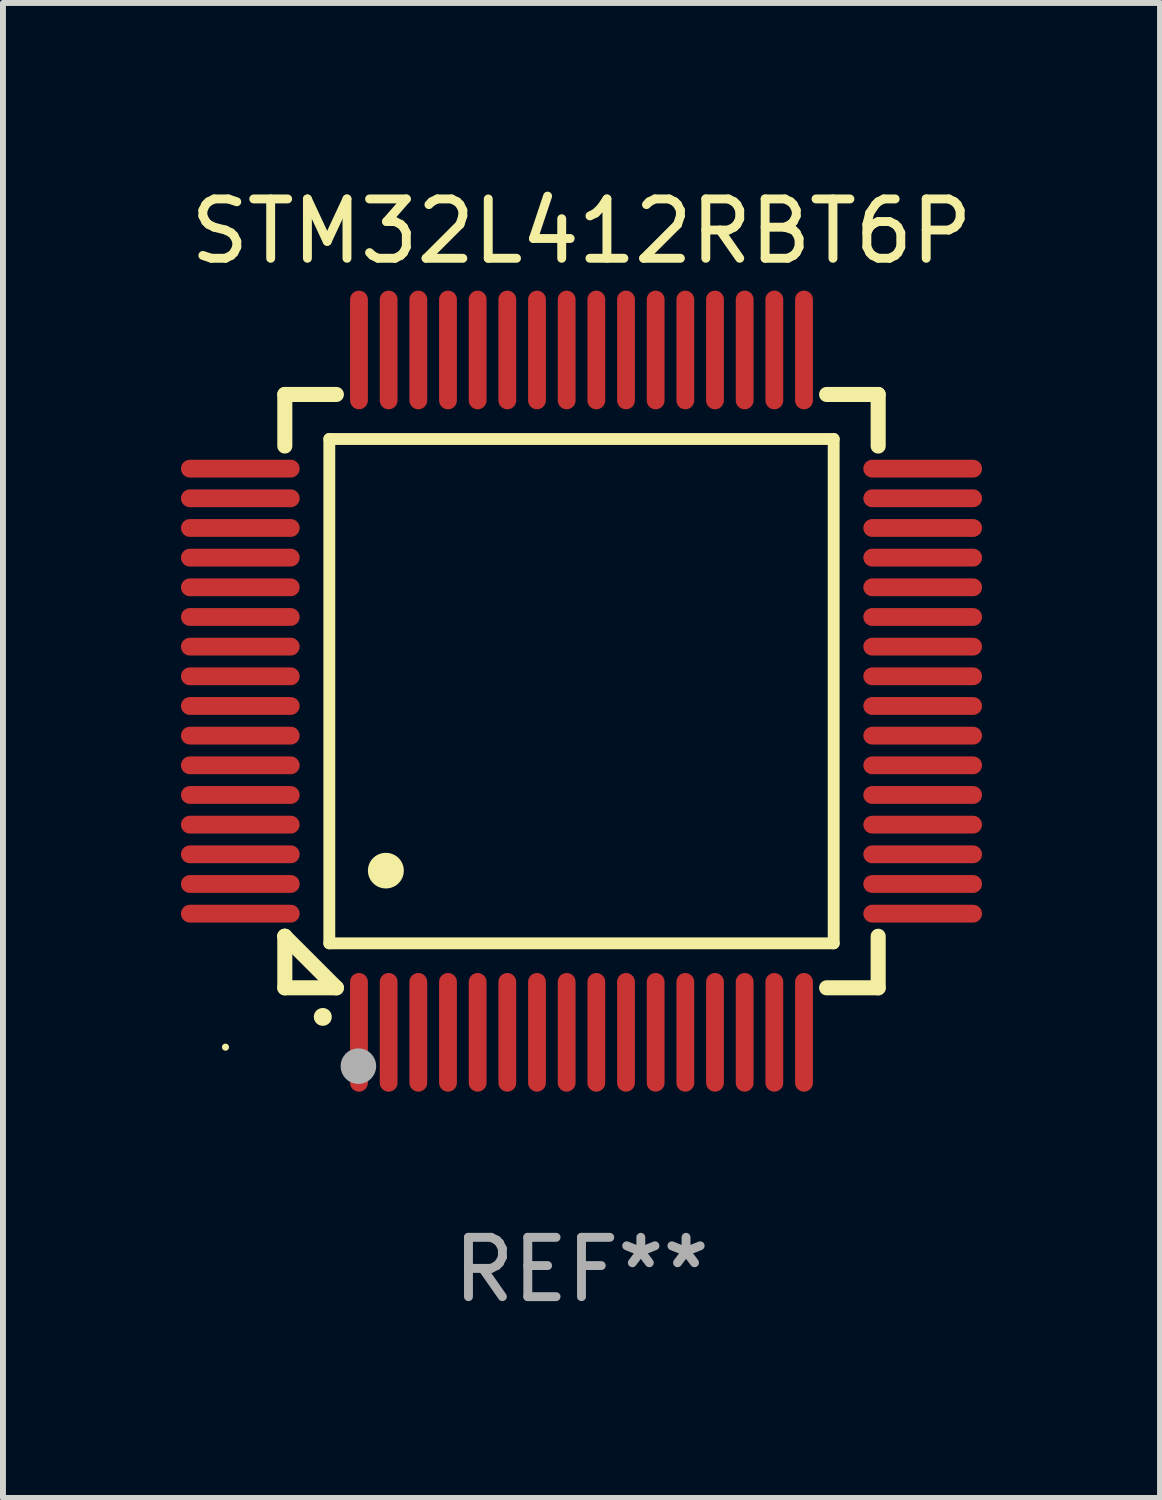
<source format=kicad_pcb>
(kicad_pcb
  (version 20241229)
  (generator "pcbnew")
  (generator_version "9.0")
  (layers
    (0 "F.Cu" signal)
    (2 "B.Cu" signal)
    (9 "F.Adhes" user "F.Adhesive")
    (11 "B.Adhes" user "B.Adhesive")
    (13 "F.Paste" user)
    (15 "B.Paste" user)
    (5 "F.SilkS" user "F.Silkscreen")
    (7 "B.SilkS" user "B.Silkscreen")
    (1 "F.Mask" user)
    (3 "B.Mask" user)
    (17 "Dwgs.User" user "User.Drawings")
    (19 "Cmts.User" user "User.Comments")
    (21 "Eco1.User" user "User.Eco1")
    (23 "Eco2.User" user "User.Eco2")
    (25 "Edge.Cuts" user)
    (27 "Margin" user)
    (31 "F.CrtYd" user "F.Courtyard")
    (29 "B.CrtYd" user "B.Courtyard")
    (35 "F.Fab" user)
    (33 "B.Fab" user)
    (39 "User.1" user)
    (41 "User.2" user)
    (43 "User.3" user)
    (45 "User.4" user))
  (footprint "STM32L412RBT6P"
    (layer "F.Cu")
    (at 6.75 8.598)
    (property "Reference" "STM32L412RBT6P" (at 0 -7.75 0) (layer "F.SilkS") (effects (font (size 1 1) (thickness 0.15))))
    (attr through_hole)
    (fp_line (start -5 -5) (end -4.131 -5) (stroke (width 0.254) (type solid)) (layer "F.SilkS"))
    (fp_line (start -5 -4.131) (end -5 -5) (stroke (width 0.254) (type solid)) (layer "F.SilkS"))
    (fp_line (start -5 4.131) (end -5 4.131) (stroke (width 0.254) (type solid)) (layer "F.SilkS"))
    (fp_line (start -5 5) (end -5 4.131) (stroke (width 0.254) (type solid)) (layer "F.SilkS"))
    (fp_line (start -5 4.131) (end -4.131 5) (stroke (width 0.254) (type solid)) (layer "F.SilkS"))
    (fp_line (start -4.25 -4.25) (end -4.25 4.25) (stroke (width 0.2) (type solid)) (layer "F.SilkS"))
    (fp_line (start -4.25 4.25) (end 4.25 4.25) (stroke (width 0.2) (type solid)) (layer "F.SilkS"))
    (fp_line (start -4.131 5) (end -5 5) (stroke (width 0.254) (type solid)) (layer "F.SilkS"))
    (fp_line (start 4.25 -4.25) (end -4.25 -4.25) (stroke (width 0.2) (type solid)) (layer "F.SilkS"))
    (fp_line (start 4.25 4.25) (end 4.25 -4.25) (stroke (width 0.2) (type solid)) (layer "F.SilkS"))
    (fp_line (start 5 -5) (end 4.131 -5) (stroke (width 0.254) (type solid)) (layer "F.SilkS"))
    (fp_line (start 5 -5) (end 5 -4.131) (stroke (width 0.254) (type solid)) (layer "F.SilkS"))
    (fp_line (start 5 4.131) (end 5 5) (stroke (width 0.254) (type solid)) (layer "F.SilkS"))
    (fp_line (start 5 5) (end 4.131 5) (stroke (width 0.254) (type solid)) (layer "F.SilkS"))
    (fp_arc (start -4.361265 5.489992) (mid -4.359995 5.489987) (end -4.358725 5.489992) (stroke (width 0.3) (type solid)) (layer "F.SilkS"))
    (fp_arc (start -3.299467 3.025146) (mid -3.296927 3.025135) (end -3.294387 3.025146) (stroke (width 0.6) (type solid)) (layer "F.SilkS"))
    (fp_circle (center -6 6) (end -5.97 6) (stroke (width 0.06) (type solid)) (fill no) (layer "F.SilkS"))
    (fp_circle (center -3.76 6.32) (end -3.61 6.32) (stroke (width 0.3) (type solid)) (fill no) (layer "F.Fab"))
    (fp_text user "REF**" (at 0 9.75 0) (layer "F.Fab") (effects (font (size 1 1) (thickness 0.15))))
    (pad "1" smd oval (at -3.75 5.75) (size 0.3 2) (layers "F.Cu" "F.Mask" "F.Paste"))
    (pad "2" smd oval (at -3.25 5.75) (size 0.3 2) (layers "F.Cu" "F.Mask" "F.Paste"))
    (pad "3" smd oval (at -2.75 5.75) (size 0.3 2) (layers "F.Cu" "F.Mask" "F.Paste"))
    (pad "4" smd oval (at -2.25 5.75) (size 0.3 2) (layers "F.Cu" "F.Mask" "F.Paste"))
    (pad "5" smd oval (at -1.75 5.75) (size 0.3 2) (layers "F.Cu" "F.Mask" "F.Paste"))
    (pad "6" smd oval (at -1.25 5.75) (size 0.3 2) (layers "F.Cu" "F.Mask" "F.Paste"))
    (pad "7" smd oval (at -0.75 5.75) (size 0.3 2) (layers "F.Cu" "F.Mask" "F.Paste"))
    (pad "8" smd oval (at -0.25 5.75) (size 0.3 2) (layers "F.Cu" "F.Mask" "F.Paste"))
    (pad "9" smd oval (at 0.25 5.75) (size 0.3 2) (layers "F.Cu" "F.Mask" "F.Paste"))
    (pad "10" smd oval (at 0.75 5.75) (size 0.3 2) (layers "F.Cu" "F.Mask" "F.Paste"))
    (pad "11" smd oval (at 1.25 5.75) (size 0.3 2) (layers "F.Cu" "F.Mask" "F.Paste"))
    (pad "12" smd oval (at 1.75 5.75) (size 0.3 2) (layers "F.Cu" "F.Mask" "F.Paste"))
    (pad "13" smd oval (at 2.25 5.75) (size 0.3 2) (layers "F.Cu" "F.Mask" "F.Paste"))
    (pad "14" smd oval (at 2.75 5.75) (size 0.3 2) (layers "F.Cu" "F.Mask" "F.Paste"))
    (pad "15" smd oval (at 3.25 5.75) (size 0.3 2) (layers "F.Cu" "F.Mask" "F.Paste"))
    (pad "16" smd oval (at 3.75 5.75) (size 0.3 2) (layers "F.Cu" "F.Mask" "F.Paste"))
    (pad "17" smd oval (at 5.75 3.75) (size 2 0.3) (layers "F.Cu" "F.Mask" "F.Paste"))
    (pad "18" smd oval (at 5.75 3.25) (size 2 0.3) (layers "F.Cu" "F.Mask" "F.Paste"))
    (pad "19" smd oval (at 5.75 2.75) (size 2 0.3) (layers "F.Cu" "F.Mask" "F.Paste"))
    (pad "20" smd oval (at 5.75 2.25) (size 2 0.3) (layers "F.Cu" "F.Mask" "F.Paste"))
    (pad "21" smd oval (at 5.75 1.75) (size 2 0.3) (layers "F.Cu" "F.Mask" "F.Paste"))
    (pad "22" smd oval (at 5.75 1.25) (size 2 0.3) (layers "F.Cu" "F.Mask" "F.Paste"))
    (pad "23" smd oval (at 5.75 0.75) (size 2 0.3) (layers "F.Cu" "F.Mask" "F.Paste"))
    (pad "24" smd oval (at 5.75 0.25) (size 2 0.3) (layers "F.Cu" "F.Mask" "F.Paste"))
    (pad "25" smd oval (at 5.75 -0.25) (size 2 0.3) (layers "F.Cu" "F.Mask" "F.Paste"))
    (pad "26" smd oval (at 5.75 -0.75) (size 2 0.3) (layers "F.Cu" "F.Mask" "F.Paste"))
    (pad "27" smd oval (at 5.75 -1.25) (size 2 0.3) (layers "F.Cu" "F.Mask" "F.Paste"))
    (pad "28" smd oval (at 5.75 -1.75) (size 2 0.3) (layers "F.Cu" "F.Mask" "F.Paste"))
    (pad "29" smd oval (at 5.75 -2.25) (size 2 0.3) (layers "F.Cu" "F.Mask" "F.Paste"))
    (pad "30" smd oval (at 5.75 -2.75) (size 2 0.3) (layers "F.Cu" "F.Mask" "F.Paste"))
    (pad "31" smd oval (at 5.75 -3.25) (size 2 0.3) (layers "F.Cu" "F.Mask" "F.Paste"))
    (pad "32" smd oval (at 5.75 -3.75) (size 2 0.3) (layers "F.Cu" "F.Mask" "F.Paste"))
    (pad "33" smd oval (at 3.75 -5.75) (size 0.3 2) (layers "F.Cu" "F.Mask" "F.Paste"))
    (pad "34" smd oval (at 3.25 -5.75) (size 0.3 2) (layers "F.Cu" "F.Mask" "F.Paste"))
    (pad "35" smd oval (at 2.75 -5.75) (size 0.3 2) (layers "F.Cu" "F.Mask" "F.Paste"))
    (pad "36" smd oval (at 2.25 -5.75) (size 0.3 2) (layers "F.Cu" "F.Mask" "F.Paste"))
    (pad "37" smd oval (at 1.75 -5.75) (size 0.3 2) (layers "F.Cu" "F.Mask" "F.Paste"))
    (pad "38" smd oval (at 1.25 -5.75) (size 0.3 2) (layers "F.Cu" "F.Mask" "F.Paste"))
    (pad "39" smd oval (at 0.75 -5.75) (size 0.3 2) (layers "F.Cu" "F.Mask" "F.Paste"))
    (pad "40" smd oval (at 0.25 -5.75) (size 0.3 2) (layers "F.Cu" "F.Mask" "F.Paste"))
    (pad "41" smd oval (at -0.25 -5.75) (size 0.3 2) (layers "F.Cu" "F.Mask" "F.Paste"))
    (pad "42" smd oval (at -0.75 -5.75) (size 0.3 2) (layers "F.Cu" "F.Mask" "F.Paste"))
    (pad "43" smd oval (at -1.25 -5.75) (size 0.3 2) (layers "F.Cu" "F.Mask" "F.Paste"))
    (pad "44" smd oval (at -1.75 -5.75) (size 0.3 2) (layers "F.Cu" "F.Mask" "F.Paste"))
    (pad "45" smd oval (at -2.25 -5.75) (size 0.3 2) (layers "F.Cu" "F.Mask" "F.Paste"))
    (pad "46" smd oval (at -2.75 -5.75) (size 0.3 2) (layers "F.Cu" "F.Mask" "F.Paste"))
    (pad "47" smd oval (at -3.25 -5.75) (size 0.3 2) (layers "F.Cu" "F.Mask" "F.Paste"))
    (pad "48" smd oval (at -3.75 -5.75) (size 0.3 2) (layers "F.Cu" "F.Mask" "F.Paste"))
    (pad "49" smd oval (at -5.75 -3.75) (size 2 0.3) (layers "F.Cu" "F.Mask" "F.Paste"))
    (pad "50" smd oval (at -5.75 -3.25) (size 2 0.3) (layers "F.Cu" "F.Mask" "F.Paste"))
    (pad "51" smd oval (at -5.75 -2.75) (size 2 0.3) (layers "F.Cu" "F.Mask" "F.Paste"))
    (pad "52" smd oval (at -5.75 -2.25) (size 2 0.3) (layers "F.Cu" "F.Mask" "F.Paste"))
    (pad "53" smd oval (at -5.75 -1.75) (size 2 0.3) (layers "F.Cu" "F.Mask" "F.Paste"))
    (pad "54" smd oval (at -5.75 -1.25) (size 2 0.3) (layers "F.Cu" "F.Mask" "F.Paste"))
    (pad "55" smd oval (at -5.75 -0.75) (size 2 0.3) (layers "F.Cu" "F.Mask" "F.Paste"))
    (pad "56" smd oval (at -5.75 -0.25) (size 2 0.3) (layers "F.Cu" "F.Mask" "F.Paste"))
    (pad "57" smd oval (at -5.75 0.25) (size 2 0.3) (layers "F.Cu" "F.Mask" "F.Paste"))
    (pad "58" smd oval (at -5.75 0.75) (size 2 0.3) (layers "F.Cu" "F.Mask" "F.Paste"))
    (pad "59" smd oval (at -5.75 1.25) (size 2 0.3) (layers "F.Cu" "F.Mask" "F.Paste"))
    (pad "60" smd oval (at -5.75 1.75) (size 2 0.3) (layers "F.Cu" "F.Mask" "F.Paste"))
    (pad "61" smd oval (at -5.75 2.25) (size 2 0.3) (layers "F.Cu" "F.Mask" "F.Paste"))
    (pad "62" smd oval (at -5.75 2.75) (size 2 0.3) (layers "F.Cu" "F.Mask" "F.Paste"))
    (pad "63" smd oval (at -5.75 3.25) (size 2 0.3) (layers "F.Cu" "F.Mask" "F.Paste"))
    (pad "64" smd oval (at -5.75 3.75) (size 2 0.3) (layers "F.Cu" "F.Mask" "F.Paste")))
  (gr_rect
    (start -3 -3)
    (end 16.5 22.196)
    (stroke (width 0.1) (type default))
    (fill no)
    (layer "Edge.Cuts")))
</source>
